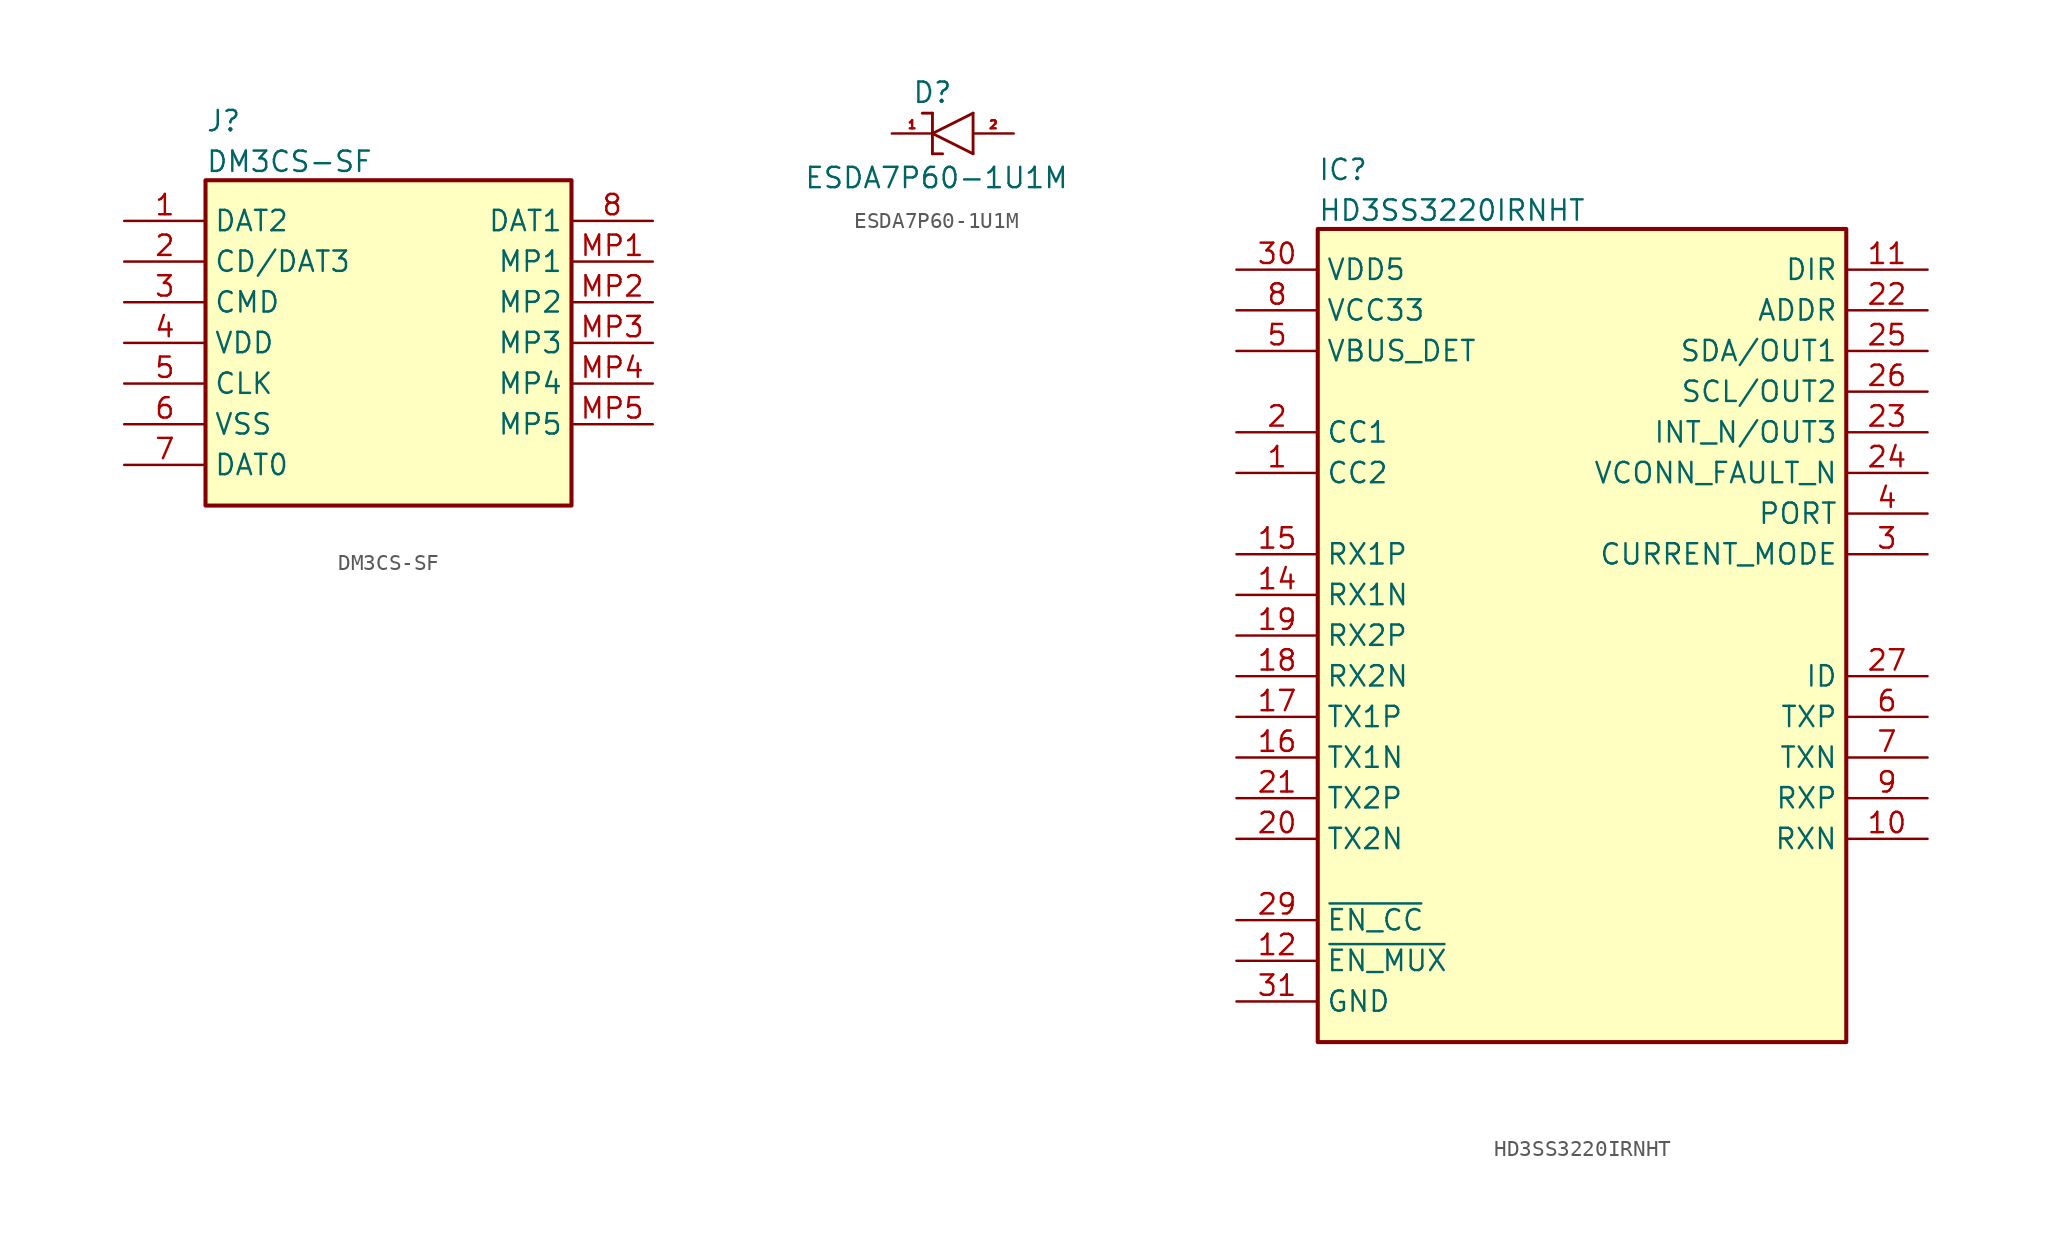
<source format=kicad_sym>
(kicad_symbol_lib
  (version 20231120)
  (generator "kicad_symbol_editor")
  (generator_version "8.0")
  (symbol "DM3CS-SF"
    (property "Reference" "J"
      (at 5.08 6.985 0)
      (effects (font (size 1.27 1.27)) (justify left top)))
    (property "Value" "DM3CS-SF"
      (at 5.08 4.445 0)
      (effects (font (size 1.27 1.27)) (justify left top)))
    (symbol "DM3CS-SF_1_1"
      (rectangle (start 5.08 2.54) (end 27.94 -17.78) (stroke (width 0.254) (type default)) (fill (type background)))
      (pin passive line (at 0 0 0) (length 5.08) (name "DAT2" (effects (font (size 1.27 1.27)))) (number "1" (effects (font (size 1.27 1.27)))))
      (pin passive line (at 0 -2.54 0) (length 5.08) (name "CD/DAT3" (effects (font (size 1.27 1.27)))) (number "2" (effects (font (size 1.27 1.27)))))
      (pin passive line (at 0 -5.08 0) (length 5.08) (name "CMD" (effects (font (size 1.27 1.27)))) (number "3" (effects (font (size 1.27 1.27)))))
      (pin passive line (at 0 -7.62 0) (length 5.08) (name "VDD" (effects (font (size 1.27 1.27)))) (number "4" (effects (font (size 1.27 1.27)))))
      (pin passive line (at 0 -10.16 0) (length 5.08) (name "CLK" (effects (font (size 1.27 1.27)))) (number "5" (effects (font (size 1.27 1.27)))))
      (pin passive line (at 0 -12.7 0) (length 5.08) (name "VSS" (effects (font (size 1.27 1.27)))) (number "6" (effects (font (size 1.27 1.27)))))
      (pin passive line (at 0 -15.24 0) (length 5.08) (name "DAT0" (effects (font (size 1.27 1.27)))) (number "7" (effects (font (size 1.27 1.27)))))
      (pin passive line (at 33.02 0 180) (length 5.08) (name "DAT1" (effects (font (size 1.27 1.27)))) (number "8" (effects (font (size 1.27 1.27)))))
      (pin passive line (at 33.02 -2.54 180) (length 5.08) (name "MP1" (effects (font (size 1.27 1.27)))) (number "MP1" (effects (font (size 1.27 1.27)))))
      (pin passive line (at 33.02 -5.08 180) (length 5.08) (name "MP2" (effects (font (size 1.27 1.27)))) (number "MP2" (effects (font (size 1.27 1.27)))))
      (pin passive line (at 33.02 -7.62 180) (length 5.08) (name "MP3" (effects (font (size 1.27 1.27)))) (number "MP3" (effects (font (size 1.27 1.27)))))
      (pin passive line (at 33.02 -10.16 180) (length 5.08) (name "MP4" (effects (font (size 1.27 1.27)))) (number "MP4" (effects (font (size 1.27 1.27)))))
      (pin passive line (at 33.02 -12.7 180) (length 5.08) (name "MP5" (effects (font (size 1.27 1.27)))) (number "MP5" (effects (font (size 1.27 1.27)))))))
  (symbol "ESDA7P60-1U1M"
    (pin_names hide)
    (property "Reference" "D"
      (at 0 3.302 0)
      (effects (font (size 1.27 1.27)) (justify top)))
    (property "Value" "ESDA7P60-1U1M"
      (at 0.254 -2.032 0)
      (effects (font (size 1.27 1.27)) (justify top)))
    (symbol "ESDA7P60-1U1M_1_1"
      (polyline (pts (xy 0 -1.27) (xy 0.635 -1.27)) (stroke (width 0.178) (type default)) (fill (type none)))
      (polyline (pts (xy 0 0) (xy 2.54 1.27)) (stroke (width 0.178) (type default)) (fill (type none)))
      (polyline (pts (xy 0 1.27) (xy -0.635 1.27)) (stroke (width 0.178) (type default)) (fill (type none)))
      (polyline (pts (xy 0 1.27) (xy 0 -1.27)) (stroke (width 0.178) (type default)) (fill (type none)))
      (polyline (pts (xy 2.54 -1.27) (xy 0 0)) (stroke (width 0.178) (type default)) (fill (type none)))
      (polyline (pts (xy 2.54 -1.27) (xy 2.54 1.27)) (stroke (width 0.178) (type default)) (fill (type none)))
      (pin passive line (at -2.54 0 0) (length 2.54) (name "K" (effects (font (size 0.508 0.508)))) (number "1" (effects (font (size 0.508 0.508)))))
      (pin passive line (at 5.08 0 180) (length 2.54) (name "A" (effects (font (size 0.508 0.508)))) (number "2" (effects (font (size 0.508 0.508)))))))
  (symbol "HD3SS3220IRNHT"
    (property "Reference" "IC"
      (at 5.08 6.985 0)
      (effects (font (size 1.27 1.27)) (justify left top)))
    (property "Value" "HD3SS3220IRNHT"
      (at 5.08 4.445 0)
      (effects (font (size 1.27 1.27)) (justify left top)))
    (symbol "HD3SS3220IRNHT_1_1"
      (rectangle (start 5.08 2.54) (end 38.1 -48.26) (stroke (width 0.254) (type default)) (fill (type background)))
      (pin passive line (at 0 -12.7 0) (length 5.08) (name "CC2" (effects (font (size 1.27 1.27)))) (number "1" (effects (font (size 1.27 1.27)))))
      (pin passive line (at 43.18 -35.56 180) (length 5.08) (name "RXN" (effects (font (size 1.27 1.27)))) (number "10" (effects (font (size 1.27 1.27)))))
      (pin passive line (at 43.18 0 180) (length 5.08) (name "DIR" (effects (font (size 1.27 1.27)))) (number "11" (effects (font (size 1.27 1.27)))))
      (pin passive line (at 0 -43.18 0) (length 5.08) (name "~{EN_MUX}" (effects (font (size 1.27 1.27)))) (number "12" (effects (font (size 1.27 1.27)))))
      (pin passive line (at 0 -45.72 0) (length 5.08) hide (name "GND" (effects (font (size 1.27 1.27)))) (number "13" (effects (font (size 1.27 1.27)))))
      (pin passive line (at 0 -20.32 0) (length 5.08) (name "RX1N" (effects (font (size 1.27 1.27)))) (number "14" (effects (font (size 1.27 1.27)))))
      (pin passive line (at 0 -17.78 0) (length 5.08) (name "RX1P" (effects (font (size 1.27 1.27)))) (number "15" (effects (font (size 1.27 1.27)))))
      (pin passive line (at 0 -30.48 0) (length 5.08) (name "TX1N" (effects (font (size 1.27 1.27)))) (number "16" (effects (font (size 1.27 1.27)))))
      (pin passive line (at 0 -27.94 0) (length 5.08) (name "TX1P" (effects (font (size 1.27 1.27)))) (number "17" (effects (font (size 1.27 1.27)))))
      (pin passive line (at 0 -25.4 0) (length 5.08) (name "RX2N" (effects (font (size 1.27 1.27)))) (number "18" (effects (font (size 1.27 1.27)))))
      (pin passive line (at 0 -22.86 0) (length 5.08) (name "RX2P" (effects (font (size 1.27 1.27)))) (number "19" (effects (font (size 1.27 1.27)))))
      (pin passive line (at 0 -10.16 0) (length 5.08) (name "CC1" (effects (font (size 1.27 1.27)))) (number "2" (effects (font (size 1.27 1.27)))))
      (pin passive line (at 0 -35.56 0) (length 5.08) (name "TX2N" (effects (font (size 1.27 1.27)))) (number "20" (effects (font (size 1.27 1.27)))))
      (pin passive line (at 0 -33.02 0) (length 5.08) (name "TX2P" (effects (font (size 1.27 1.27)))) (number "21" (effects (font (size 1.27 1.27)))))
      (pin passive line (at 43.18 -2.54 180) (length 5.08) (name "ADDR" (effects (font (size 1.27 1.27)))) (number "22" (effects (font (size 1.27 1.27)))))
      (pin passive line (at 43.18 -10.16 180) (length 5.08) (name "INT_N/OUT3" (effects (font (size 1.27 1.27)))) (number "23" (effects (font (size 1.27 1.27)))))
      (pin passive line (at 43.18 -12.7 180) (length 5.08) (name "VCONN_FAULT_N" (effects (font (size 1.27 1.27)))) (number "24" (effects (font (size 1.27 1.27)))))
      (pin passive line (at 43.18 -5.08 180) (length 5.08) (name "SDA/OUT1" (effects (font (size 1.27 1.27)))) (number "25" (effects (font (size 1.27 1.27)))))
      (pin passive line (at 43.18 -7.62 180) (length 5.08) (name "SCL/OUT2" (effects (font (size 1.27 1.27)))) (number "26" (effects (font (size 1.27 1.27)))))
      (pin passive line (at 43.18 -25.4 180) (length 5.08) (name "ID" (effects (font (size 1.27 1.27)))) (number "27" (effects (font (size 1.27 1.27)))))
      (pin passive line (at 0 -45.72 0) (length 5.08) hide (name "GND" (effects (font (size 1.27 1.27)))) (number "28" (effects (font (size 1.27 1.27)))))
      (pin passive line (at 0 -40.64 0) (length 5.08) (name "~{EN_CC}" (effects (font (size 1.27 1.27)))) (number "29" (effects (font (size 1.27 1.27)))))
      (pin passive line (at 43.18 -17.78 180) (length 5.08) (name "CURRENT_MODE" (effects (font (size 1.27 1.27)))) (number "3" (effects (font (size 1.27 1.27)))))
      (pin passive line (at 0 0 0) (length 5.08) (name "VDD5" (effects (font (size 1.27 1.27)))) (number "30" (effects (font (size 1.27 1.27)))))
      (pin passive line (at 0 -45.72 0) (length 5.08) (name "GND" (effects (font (size 1.27 1.27)))) (number "31" (effects (font (size 1.27 1.27)))))
      (pin passive line (at 43.18 -15.24 180) (length 5.08) (name "PORT" (effects (font (size 1.27 1.27)))) (number "4" (effects (font (size 1.27 1.27)))))
      (pin passive line (at 0 -5.08 0) (length 5.08) (name "VBUS_DET" (effects (font (size 1.27 1.27)))) (number "5" (effects (font (size 1.27 1.27)))))
      (pin passive line (at 43.18 -27.94 180) (length 5.08) (name "TXP" (effects (font (size 1.27 1.27)))) (number "6" (effects (font (size 1.27 1.27)))))
      (pin passive line (at 43.18 -30.48 180) (length 5.08) (name "TXN" (effects (font (size 1.27 1.27)))) (number "7" (effects (font (size 1.27 1.27)))))
      (pin passive line (at 0 -2.54 0) (length 5.08) (name "VCC33" (effects (font (size 1.27 1.27)))) (number "8" (effects (font (size 1.27 1.27)))))
      (pin passive line (at 43.18 -33.02 180) (length 5.08) (name "RXP" (effects (font (size 1.27 1.27)))) (number "9" (effects (font (size 1.27 1.27))))))))
</source>
